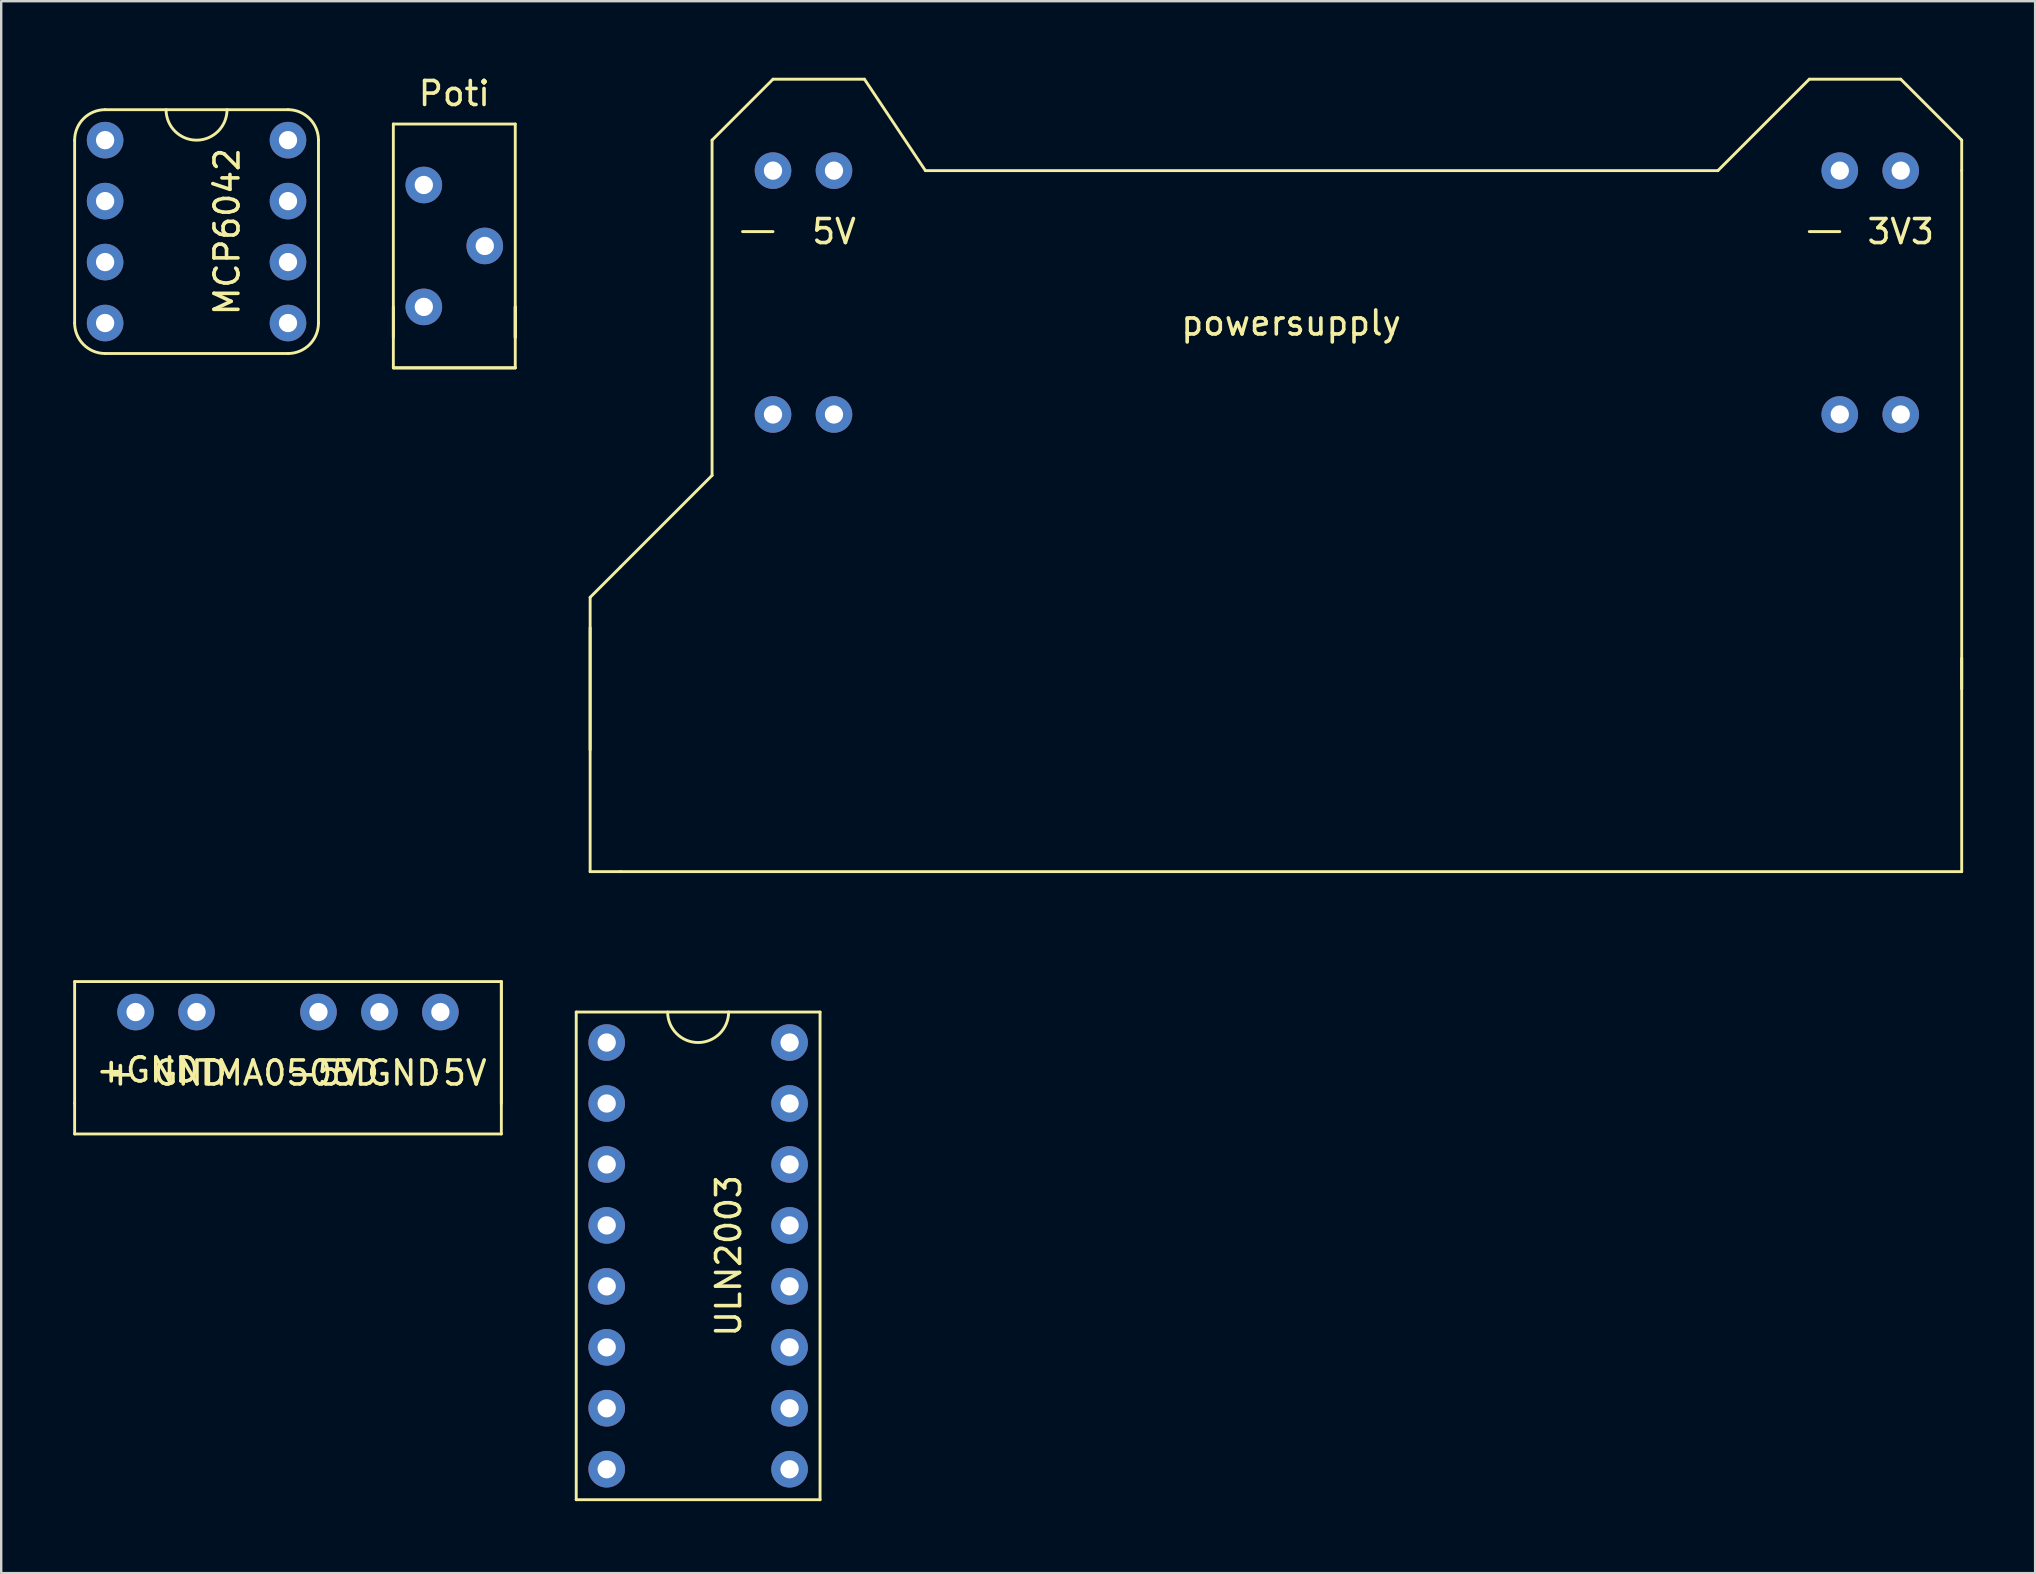
<source format=kicad_pcb>
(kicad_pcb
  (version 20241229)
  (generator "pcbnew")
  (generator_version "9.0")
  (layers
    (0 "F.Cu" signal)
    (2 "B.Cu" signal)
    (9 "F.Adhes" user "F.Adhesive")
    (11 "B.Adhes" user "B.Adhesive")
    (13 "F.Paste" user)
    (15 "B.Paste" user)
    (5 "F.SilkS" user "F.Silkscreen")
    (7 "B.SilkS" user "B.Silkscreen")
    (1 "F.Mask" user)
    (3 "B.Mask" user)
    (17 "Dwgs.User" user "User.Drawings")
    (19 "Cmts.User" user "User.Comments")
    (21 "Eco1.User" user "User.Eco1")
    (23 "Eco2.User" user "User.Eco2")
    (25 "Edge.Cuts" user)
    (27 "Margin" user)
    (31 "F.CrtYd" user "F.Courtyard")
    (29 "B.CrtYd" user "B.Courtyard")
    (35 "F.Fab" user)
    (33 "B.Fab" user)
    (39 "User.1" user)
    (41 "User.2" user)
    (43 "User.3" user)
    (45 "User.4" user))
  (footprint "ULN2003"
    (layer "F.Cu")
    (at 27.31 36.58)
    (property "Reference" "ULN2003" (at 0 12.7 270) (layer "F.SilkS") (effects (font (size 1 1) (thickness 0.15))))
    (attr through_hole)
    (fp_line (start -6.35 2.54) (end -6.35 22.86) (stroke (width 0.12) (type solid)) (layer "F.SilkS"))
    (fp_line (start -6.35 22.86) (end 3.81 22.86) (stroke (width 0.12) (type solid)) (layer "F.SilkS"))
    (fp_line (start 3.81 2.54) (end -6.35 2.54) (stroke (width 0.12) (type solid)) (layer "F.SilkS"))
    (fp_line (start 3.81 22.86) (end 3.81 2.54) (stroke (width 0.12) (type solid)) (layer "F.SilkS"))
    (fp_arc (start 0 2.54) (mid -1.27 3.81) (end -2.54 2.54) (stroke (width 0.12) (type solid)) (layer "F.SilkS"))
    (pad "1" thru_hole circle (at -5.08 3.81) (size 1.524 1.524) (drill 0.762) (layers "*.Cu" "*.Mask"))
    (pad "2" thru_hole circle (at -5.08 6.35) (size 1.524 1.524) (drill 0.762) (layers "*.Cu" "*.Mask"))
    (pad "3" thru_hole circle (at -5.08 8.89) (size 1.524 1.524) (drill 0.762) (layers "*.Cu" "*.Mask"))
    (pad "4" thru_hole circle (at -5.08 11.43) (size 1.524 1.524) (drill 0.762) (layers "*.Cu" "*.Mask"))
    (pad "5" thru_hole circle (at -5.08 13.97) (size 1.524 1.524) (drill 0.762) (layers "*.Cu" "*.Mask"))
    (pad "6" thru_hole circle (at -5.08 16.51) (size 1.524 1.524) (drill 0.762) (layers "*.Cu" "*.Mask"))
    (pad "7" thru_hole circle (at -5.08 19.05) (size 1.524 1.524) (drill 0.762) (layers "*.Cu" "*.Mask"))
    (pad "8" thru_hole circle (at -5.08 21.59) (size 1.524 1.524) (drill 0.762) (layers "*.Cu" "*.Mask"))
    (pad "9" thru_hole circle (at 2.54 21.59) (size 1.524 1.524) (drill 0.762) (layers "*.Cu" "*.Mask"))
    (pad "10" thru_hole circle (at 2.54 19.05) (size 1.524 1.524) (drill 0.762) (layers "*.Cu" "*.Mask"))
    (pad "11" thru_hole circle (at 2.54 16.51) (size 1.524 1.524) (drill 0.762) (layers "*.Cu" "*.Mask"))
    (pad "12" thru_hole circle (at 2.54 13.97) (size 1.524 1.524) (drill 0.762) (layers "*.Cu" "*.Mask"))
    (pad "13" thru_hole circle (at 2.54 11.43) (size 1.524 1.524) (drill 0.762) (layers "*.Cu" "*.Mask"))
    (pad "14" thru_hole circle (at 2.54 8.89) (size 1.524 1.524) (drill 0.762) (layers "*.Cu" "*.Mask"))
    (pad "15" thru_hole circle (at 2.54 6.35) (size 1.524 1.524) (drill 0.762) (layers "*.Cu" "*.Mask"))
    (pad "16" thru_hole circle (at 2.54 3.81) (size 1.524 1.524) (drill 0.762) (layers "*.Cu" "*.Mask")))
  (footprint "Poti"
    (layer "F.Cu")
    (at 14.61 2.118)
    (property "Reference" "Poti" (at 1.27 -1.27 180) (layer "F.SilkS") (effects (font (size 1 1) (thickness 0.15))))
    (attr through_hole)
    (fp_line (start -1.27 0) (end 3.81 0) (stroke (width 0.12) (type solid)) (layer "F.SilkS"))
    (fp_line (start -1.27 8.89) (end -1.27 0) (stroke (width 0.12) (type solid)) (layer "F.SilkS"))
    (fp_line (start -1.27 10.16) (end -1.27 7.62) (stroke (width 0.12) (type solid)) (layer "F.SilkS"))
    (fp_line (start 3.81 0) (end 3.81 8.89) (stroke (width 0.12) (type solid)) (layer "F.SilkS"))
    (fp_line (start 3.81 7.62) (end 3.81 10.16) (stroke (width 0.12) (type solid)) (layer "F.SilkS"))
    (fp_line (start 3.81 8.89) (end 3.81 7.62) (stroke (width 0.12) (type solid)) (layer "F.SilkS"))
    (fp_line (start 3.81 10.16) (end -1.27 10.16) (stroke (width 0.12) (type solid)) (layer "F.SilkS"))
    (fp_line (start 3.81 10.16) (end -1.27 10.16) (stroke (width 0.12) (type solid)) (layer "F.SilkS"))
    (pad "1" thru_hole circle (at 0 2.54) (size 1.524 1.524) (drill 0.762) (layers "*.Cu" "*.Mask"))
    (pad "2" thru_hole circle (at 2.54 5.08) (size 1.524 1.524) (drill 0.762) (layers "*.Cu" "*.Mask"))
    (pad "3" thru_hole circle (at 0 7.62) (size 1.524 1.524) (drill 0.762) (layers "*.Cu" "*.Mask")))
  (footprint "MCP6042"
    (layer "F.Cu")
    (at 5.14 0.25)
    (property "Reference" "MCP6042" (at 1.27 6.35 90) (layer "F.SilkS") (effects (font (size 1 1) (thickness 0.15))))
    (attr through_hole)
    (fp_line (start -5.08 2.54) (end -5.08 10.16) (stroke (width 0.12) (type solid)) (layer "F.SilkS"))
    (fp_line (start -3.81 11.43) (end 3.81 11.43) (stroke (width 0.12) (type solid)) (layer "F.SilkS"))
    (fp_line (start 3.81 1.27) (end -3.81 1.27) (stroke (width 0.12) (type solid)) (layer "F.SilkS"))
    (fp_line (start 5.08 10.16) (end 5.08 2.54) (stroke (width 0.12) (type solid)) (layer "F.SilkS"))
    (fp_arc (start -5.08 2.54) (mid -4.708026 1.641974) (end -3.81 1.27) (stroke (width 0.12) (type solid)) (layer "F.SilkS"))
    (fp_arc (start -3.81 11.43) (mid -4.708026 11.058026) (end -5.08 10.16) (stroke (width 0.12) (type solid)) (layer "F.SilkS"))
    (fp_arc (start 1.27 1.27) (mid 0 2.54) (end -1.27 1.27) (stroke (width 0.12) (type solid)) (layer "F.SilkS"))
    (fp_arc (start 3.81 1.27) (mid 4.708026 1.641974) (end 5.08 2.54) (stroke (width 0.12) (type solid)) (layer "F.SilkS"))
    (fp_arc (start 5.08 10.16) (mid 4.708026 11.058026) (end 3.81 11.43) (stroke (width 0.12) (type solid)) (layer "F.SilkS"))
    (pad "1" thru_hole circle (at -3.81 2.54) (size 1.524 1.524) (drill 0.762) (layers "*.Cu" "*.Mask"))
    (pad "2" thru_hole circle (at -3.81 5.08) (size 1.524 1.524) (drill 0.762) (layers "*.Cu" "*.Mask"))
    (pad "3" thru_hole circle (at -3.81 7.62) (size 1.524 1.524) (drill 0.762) (layers "*.Cu" "*.Mask"))
    (pad "4" thru_hole circle (at -3.81 10.16) (size 1.524 1.524) (drill 0.762) (layers "*.Cu" "*.Mask"))
    (pad "5" thru_hole circle (at 3.81 10.16) (size 1.524 1.524) (drill 0.762) (layers "*.Cu" "*.Mask"))
    (pad "6" thru_hole circle (at 3.81 7.62) (size 1.524 1.524) (drill 0.762) (layers "*.Cu" "*.Mask"))
    (pad "7" thru_hole circle (at 3.81 5.08) (size 1.524 1.524) (drill 0.762) (layers "*.Cu" "*.Mask"))
    (pad "8" thru_hole circle (at 3.81 2.54) (size 1.524 1.524) (drill 0.762) (layers "*.Cu" "*.Mask")))
  (footprint "TMA0505D"
    (layer "F.Cu")
    (at 7.68 36.58)
    (property "Reference" "TMA0505D" (at 1.27 5.08 0) (layer "F.SilkS") (effects (font (size 1 1) (thickness 0.15))))
    (attr through_hole)
    (fp_line (start -7.62 1.27) (end -7.62 6.35) (stroke (width 0.12) (type solid)) (layer "F.SilkS"))
    (fp_line (start -7.62 1.27) (end 10.16 1.27) (stroke (width 0.12) (type solid)) (layer "F.SilkS"))
    (fp_line (start -7.62 7.62) (end -7.62 6.35) (stroke (width 0.12) (type solid)) (layer "F.SilkS"))
    (fp_line (start 10.16 1.27) (end 10.16 7.62) (stroke (width 0.12) (type solid)) (layer "F.SilkS"))
    (fp_line (start 10.16 6.35) (end 10.16 1.27) (stroke (width 0.12) (type solid)) (layer "F.SilkS"))
    (fp_line (start 10.16 7.62) (end -7.62 7.62) (stroke (width 0.12) (type solid)) (layer "F.SilkS"))
    (fp_text user "-5V" (at 2.794 5.08 0) (layer "F.SilkS") (effects (font (size 1 1) (thickness 0.15))))
    (fp_text user "5V" (at 8.636 5.08 0) (layer "F.SilkS") (effects (font (size 1 1) (thickness 0.15))))
    (fp_text user "+GND" (at -4.572 4.953 0) (layer "F.SilkS") (effects (font (size 1 1) (thickness 0.15))))
    (fp_text user "+ GND" (at -3.81 5.08 0) (layer "F.SilkS") (effects (font (size 1 1) (thickness 0.15))))
    (fp_text user "GND" (at 6.096 5.08 0) (layer "F.SilkS") (effects (font (size 1 1) (thickness 0.15))))
    (pad "1" thru_hole circle (at -5.08 2.54) (size 1.524 1.524) (drill 0.762) (layers "*.Cu" "*.Mask"))
    (pad "2" thru_hole circle (at -2.54 2.54) (size 1.524 1.524) (drill 0.762) (layers "*.Cu" "*.Mask"))
    (pad "3" thru_hole circle (at 2.54 2.54) (size 1.524 1.524) (drill 0.762) (layers "*.Cu" "*.Mask"))
    (pad "4" thru_hole circle (at 5.08 2.54) (size 1.524 1.524) (drill 0.762) (layers "*.Cu" "*.Mask"))
    (pad "5" thru_hole circle (at 7.62 2.54) (size 1.524 1.524) (drill 0.762) (layers "*.Cu" "*.Mask")))
  (footprint "powersupply"
    (layer "F.Cu")
    (at 36.78 0.25)
    (property "Reference" "powersupply" (at 13.97 10.16 180) (layer "F.SilkS") (effects (font (size 1 1) (thickness 0.15))))
    (attr through_hole)
    (fp_line (start -15.24 21.59) (end -15.24 33.02) (stroke (width 0.12) (type solid)) (layer "F.SilkS"))
    (fp_line (start -15.24 22.86) (end -15.24 27.94) (stroke (width 0.12) (type solid)) (layer "F.SilkS"))
    (fp_line (start -15.24 33.02) (end -13.97 33.02) (stroke (width 0.12) (type solid)) (layer "F.SilkS"))
    (fp_line (start -13.97 20.32) (end -15.24 21.59) (stroke (width 0.12) (type solid)) (layer "F.SilkS"))
    (fp_line (start -13.97 33.02) (end 41.91 33.02) (stroke (width 0.12) (type solid)) (layer "F.SilkS"))
    (fp_line (start -10.16 2.54) (end -10.16 16.51) (stroke (width 0.12) (type solid)) (layer "F.SilkS"))
    (fp_line (start -10.16 16.51) (end -13.97 20.32) (stroke (width 0.12) (type solid)) (layer "F.SilkS"))
    (fp_line (start -8.89 6.35) (end -7.62 6.35) (stroke (width 0.12) (type solid)) (layer "F.SilkS"))
    (fp_line (start -7.62 0) (end -10.16 2.54) (stroke (width 0.12) (type solid)) (layer "F.SilkS"))
    (fp_line (start -3.81 0) (end -7.62 0) (stroke (width 0.12) (type solid)) (layer "F.SilkS"))
    (fp_line (start -1.27 3.81) (end -3.81 0) (stroke (width 0.12) (type solid)) (layer "F.SilkS"))
    (fp_line (start 31.75 3.81) (end -1.27 3.81) (stroke (width 0.12) (type solid)) (layer "F.SilkS"))
    (fp_line (start 35.56 0) (end 31.75 3.81) (stroke (width 0.12) (type solid)) (layer "F.SilkS"))
    (fp_line (start 35.56 6.35) (end 36.83 6.35) (stroke (width 0.12) (type solid)) (layer "F.SilkS"))
    (fp_line (start 39.37 0) (end 35.56 0) (stroke (width 0.12) (type solid)) (layer "F.SilkS"))
    (fp_line (start 41.91 2.54) (end 39.37 0) (stroke (width 0.12) (type solid)) (layer "F.SilkS"))
    (fp_line (start 41.91 3.81) (end 41.91 2.54) (stroke (width 0.12) (type solid)) (layer "F.SilkS"))
    (fp_line (start 41.91 25.4) (end 41.91 3.81) (stroke (width 0.12) (type solid)) (layer "F.SilkS"))
    (fp_line (start 41.91 33.02) (end 41.91 24.13) (stroke (width 0.12) (type solid)) (layer "F.SilkS"))
    (fp_text user "3V3" (at 39.37 6.35 180) (layer "F.SilkS") (effects (font (size 1 1) (thickness 0.15))))
    (fp_text user "5V" (at -5.08 6.35 180) (layer "F.SilkS") (effects (font (size 1 1) (thickness 0.15))))
    (pad "1" thru_hole circle (at -7.62 3.81) (size 1.524 1.524) (drill 0.762) (layers "*.Cu" "*.Mask"))
    (pad "2" thru_hole circle (at -5.08 3.81) (size 1.524 1.524) (drill 0.762) (layers "*.Cu" "*.Mask"))
    (pad "3" thru_hole circle (at -7.62 13.97) (size 1.524 1.524) (drill 0.762) (layers "*.Cu" "*.Mask"))
    (pad "3" thru_hole circle (at 36.83 3.81) (size 1.524 1.524) (drill 0.762) (layers "*.Cu" "*.Mask"))
    (pad "3" thru_hole circle (at 36.83 13.97) (size 1.524 1.524) (drill 0.762) (layers "*.Cu" "*.Mask"))
    (pad "4" thru_hole circle (at -5.08 13.97) (size 1.524 1.524) (drill 0.762) (layers "*.Cu" "*.Mask"))
    (pad "6" thru_hole circle (at 39.37 3.81) (size 1.524 1.524) (drill 0.762) (layers "*.Cu" "*.Mask"))
    (pad "8" thru_hole circle (at 39.37 13.97) (size 1.524 1.524) (drill 0.762) (layers "*.Cu" "*.Mask")))
  (gr_rect
    (start -3 -3)
    (end 81.75 62.5)
    (stroke (width 0.1) (type default))
    (fill no)
    (layer "Edge.Cuts")))
</source>
